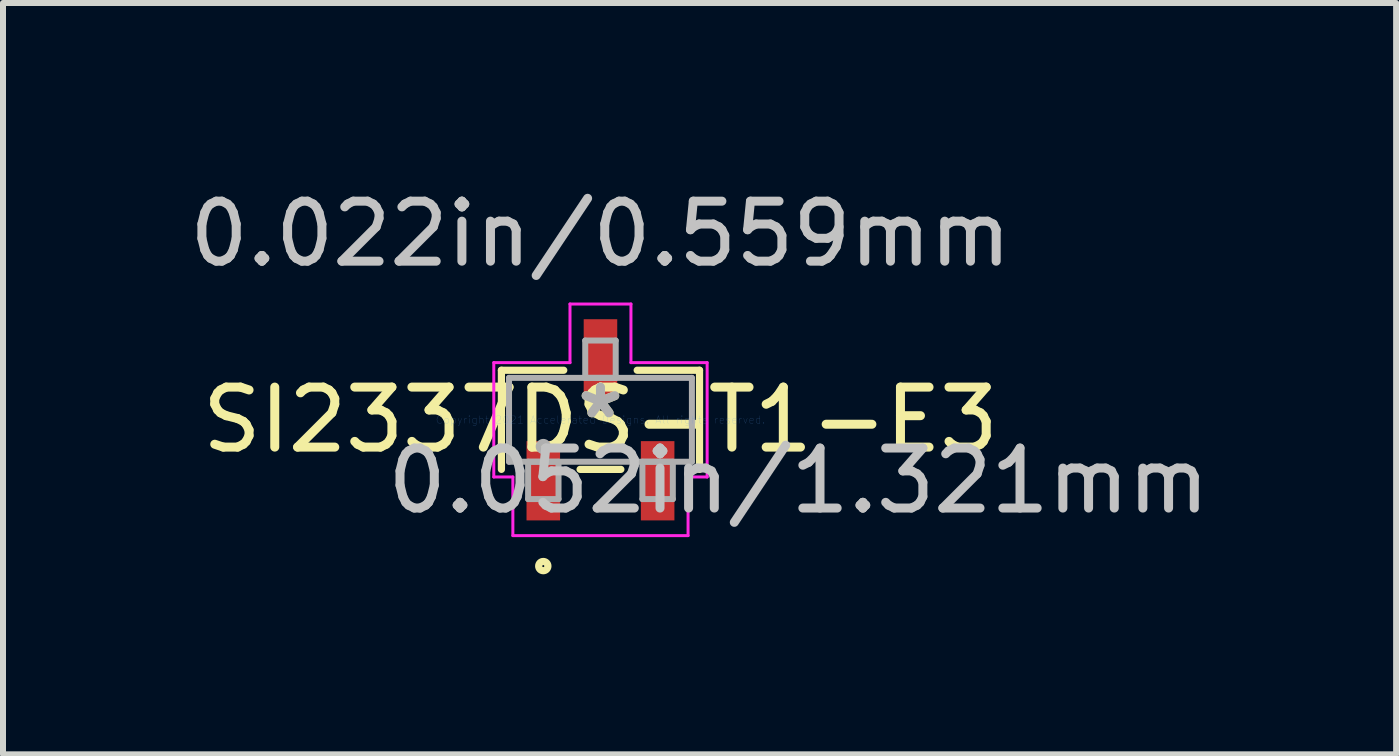
<source format=kicad_pcb>
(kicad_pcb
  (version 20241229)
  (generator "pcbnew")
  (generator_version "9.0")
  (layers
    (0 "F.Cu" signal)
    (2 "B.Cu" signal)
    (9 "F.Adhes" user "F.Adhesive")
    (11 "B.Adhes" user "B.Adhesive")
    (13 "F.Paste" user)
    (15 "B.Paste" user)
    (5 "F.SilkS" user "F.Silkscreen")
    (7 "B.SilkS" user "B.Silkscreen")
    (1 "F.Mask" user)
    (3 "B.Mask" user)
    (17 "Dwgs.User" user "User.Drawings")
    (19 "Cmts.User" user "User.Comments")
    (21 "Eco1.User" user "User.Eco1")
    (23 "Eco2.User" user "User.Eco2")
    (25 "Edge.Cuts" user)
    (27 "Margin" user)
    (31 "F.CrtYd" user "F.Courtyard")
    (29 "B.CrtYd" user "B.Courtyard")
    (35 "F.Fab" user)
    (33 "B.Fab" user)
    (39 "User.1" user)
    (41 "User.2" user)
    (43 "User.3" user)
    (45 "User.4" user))
  (footprint "SI2337DS-T1-E3"
    (layer "F.Cu")
    (at 6.958 3.947)
    (property "Reference" "SI2337DS-T1-E3" (at 0 0 0) (layer "F.SilkS") (effects (font (size 1 1) (thickness 0.15))))
    (attr through_hole)
    (fp_line (start -1.651 -0.826) (end -1.651 0.826) (stroke (width 0.12) (type solid)) (layer "F.SilkS"))
    (fp_line (start -0.612 -0.826) (end -1.651 -0.826) (stroke (width 0.12) (type solid)) (layer "F.SilkS"))
    (fp_line (start -0.34 0.826) (end 0.34 0.826) (stroke (width 0.12) (type solid)) (layer "F.SilkS"))
    (fp_line (start 1.651 -0.826) (end 0.612 -0.826) (stroke (width 0.12) (type solid)) (layer "F.SilkS"))
    (fp_line (start 1.651 0.826) (end 1.651 -0.826) (stroke (width 0.12) (type solid)) (layer "F.SilkS"))
    (fp_circle (center -0.953 2.438) (end -0.876 2.438) (stroke (width 0.12) (type solid)) (fill no) (layer "F.SilkS"))
    (fp_line (start -1.778 -0.953) (end -0.508 -0.953) (stroke (width 0.05) (type solid)) (layer "F.CrtYd"))
    (fp_line (start -1.778 0.953) (end -1.778 -0.953) (stroke (width 0.05) (type solid)) (layer "F.CrtYd"))
    (fp_line (start -1.46 0.953) (end -1.778 0.953) (stroke (width 0.05) (type solid)) (layer "F.CrtYd"))
    (fp_line (start -1.46 1.93) (end -1.46 0.953) (stroke (width 0.05) (type solid)) (layer "F.CrtYd"))
    (fp_line (start -0.508 -1.93) (end 0.508 -1.93) (stroke (width 0.05) (type solid)) (layer "F.CrtYd"))
    (fp_line (start -0.508 -0.953) (end -0.508 -1.93) (stroke (width 0.05) (type solid)) (layer "F.CrtYd"))
    (fp_line (start 0.508 -1.93) (end 0.508 -0.953) (stroke (width 0.05) (type solid)) (layer "F.CrtYd"))
    (fp_line (start 0.508 -0.953) (end 1.778 -0.953) (stroke (width 0.05) (type solid)) (layer "F.CrtYd"))
    (fp_line (start 1.46 0.953) (end 1.46 1.93) (stroke (width 0.05) (type solid)) (layer "F.CrtYd"))
    (fp_line (start 1.46 1.93) (end -1.46 1.93) (stroke (width 0.05) (type solid)) (layer "F.CrtYd"))
    (fp_line (start 1.778 -0.953) (end 1.778 0.953) (stroke (width 0.05) (type solid)) (layer "F.CrtYd"))
    (fp_line (start 1.778 0.953) (end 1.46 0.953) (stroke (width 0.05) (type solid)) (layer "F.CrtYd"))
    (fp_line (start -1.524 -0.699) (end -1.524 0.699) (stroke (width 0.1) (type solid)) (layer "F.Fab"))
    (fp_line (start -1.524 0.699) (end 1.524 0.699) (stroke (width 0.1) (type solid)) (layer "F.Fab"))
    (fp_line (start -1.206 0.699) (end -1.206 1.321) (stroke (width 0.1) (type solid)) (layer "F.Fab"))
    (fp_line (start -1.206 1.321) (end -0.699 1.321) (stroke (width 0.1) (type solid)) (layer "F.Fab"))
    (fp_line (start -0.699 0.699) (end -1.206 0.699) (stroke (width 0.1) (type solid)) (layer "F.Fab"))
    (fp_line (start -0.699 1.321) (end -0.699 0.699) (stroke (width 0.1) (type solid)) (layer "F.Fab"))
    (fp_line (start -0.254 -1.321) (end -0.254 -0.699) (stroke (width 0.1) (type solid)) (layer "F.Fab"))
    (fp_line (start -0.254 -0.699) (end 0.254 -0.699) (stroke (width 0.1) (type solid)) (layer "F.Fab"))
    (fp_line (start 0.254 -1.321) (end -0.254 -1.321) (stroke (width 0.1) (type solid)) (layer "F.Fab"))
    (fp_line (start 0.254 -0.699) (end 0.254 -1.321) (stroke (width 0.1) (type solid)) (layer "F.Fab"))
    (fp_line (start 0.699 0.699) (end 0.699 1.321) (stroke (width 0.1) (type solid)) (layer "F.Fab"))
    (fp_line (start 0.699 1.321) (end 1.206 1.321) (stroke (width 0.1) (type solid)) (layer "F.Fab"))
    (fp_line (start 1.206 0.699) (end 0.699 0.699) (stroke (width 0.1) (type solid)) (layer "F.Fab"))
    (fp_line (start 1.206 1.321) (end 1.206 0.699) (stroke (width 0.1) (type solid)) (layer "F.Fab"))
    (fp_line (start 1.524 -0.699) (end -1.524 -0.699) (stroke (width 0.1) (type solid)) (layer "F.Fab"))
    (fp_line (start 1.524 0.699) (end 1.524 -0.699) (stroke (width 0.1) (type solid)) (layer "F.Fab"))
    (fp_circle (center -0.953 0.445) (end -0.876 0.445) (stroke (width 0.1) (type solid)) (fill no) (layer "F.Fab"))
    (fp_text user "*" (at 0 0 0) (layer "F.SilkS") (effects (font (size 1 1) (thickness 0.15))))
    (fp_text user "0.022in/0.559mm" (at 0 -3.099 0) (layer "Dwgs.User") (effects (font (size 1 1) (thickness 0.15))))
    (fp_text user "0.052in/1.321mm" (at 3.302 1.016 0) (layer "Dwgs.User") (effects (font (size 1 1) (thickness 0.15))))
    (fp_text user "Copyright 2021 Accelerated Designs. All rights reserved." (at 0 0 0) (layer "Cmts.User") (effects (font (size 0.127 0.127) (thickness 0.002))))
    (fp_text user "*" (at 0 0 0) (layer "F.Fab") (effects (font (size 1 1) (thickness 0.15))))
    (pad "1" smd rect (at -0.953 1.016) (size 0.559 1.321) (layers "F.Cu" "F.Mask" "F.Paste"))
    (pad "2" smd rect (at 0.953 1.016) (size 0.559 1.321) (layers "F.Cu" "F.Mask" "F.Paste"))
    (pad "3" smd rect (at 0 -1.016) (size 0.559 1.321) (layers "F.Cu" "F.Mask" "F.Paste")))
  (gr_rect
    (start -3 -3)
    (end 20.219 9.522)
    (stroke (width 0.1) (type default))
    (fill no)
    (layer "Edge.Cuts")))
</source>
